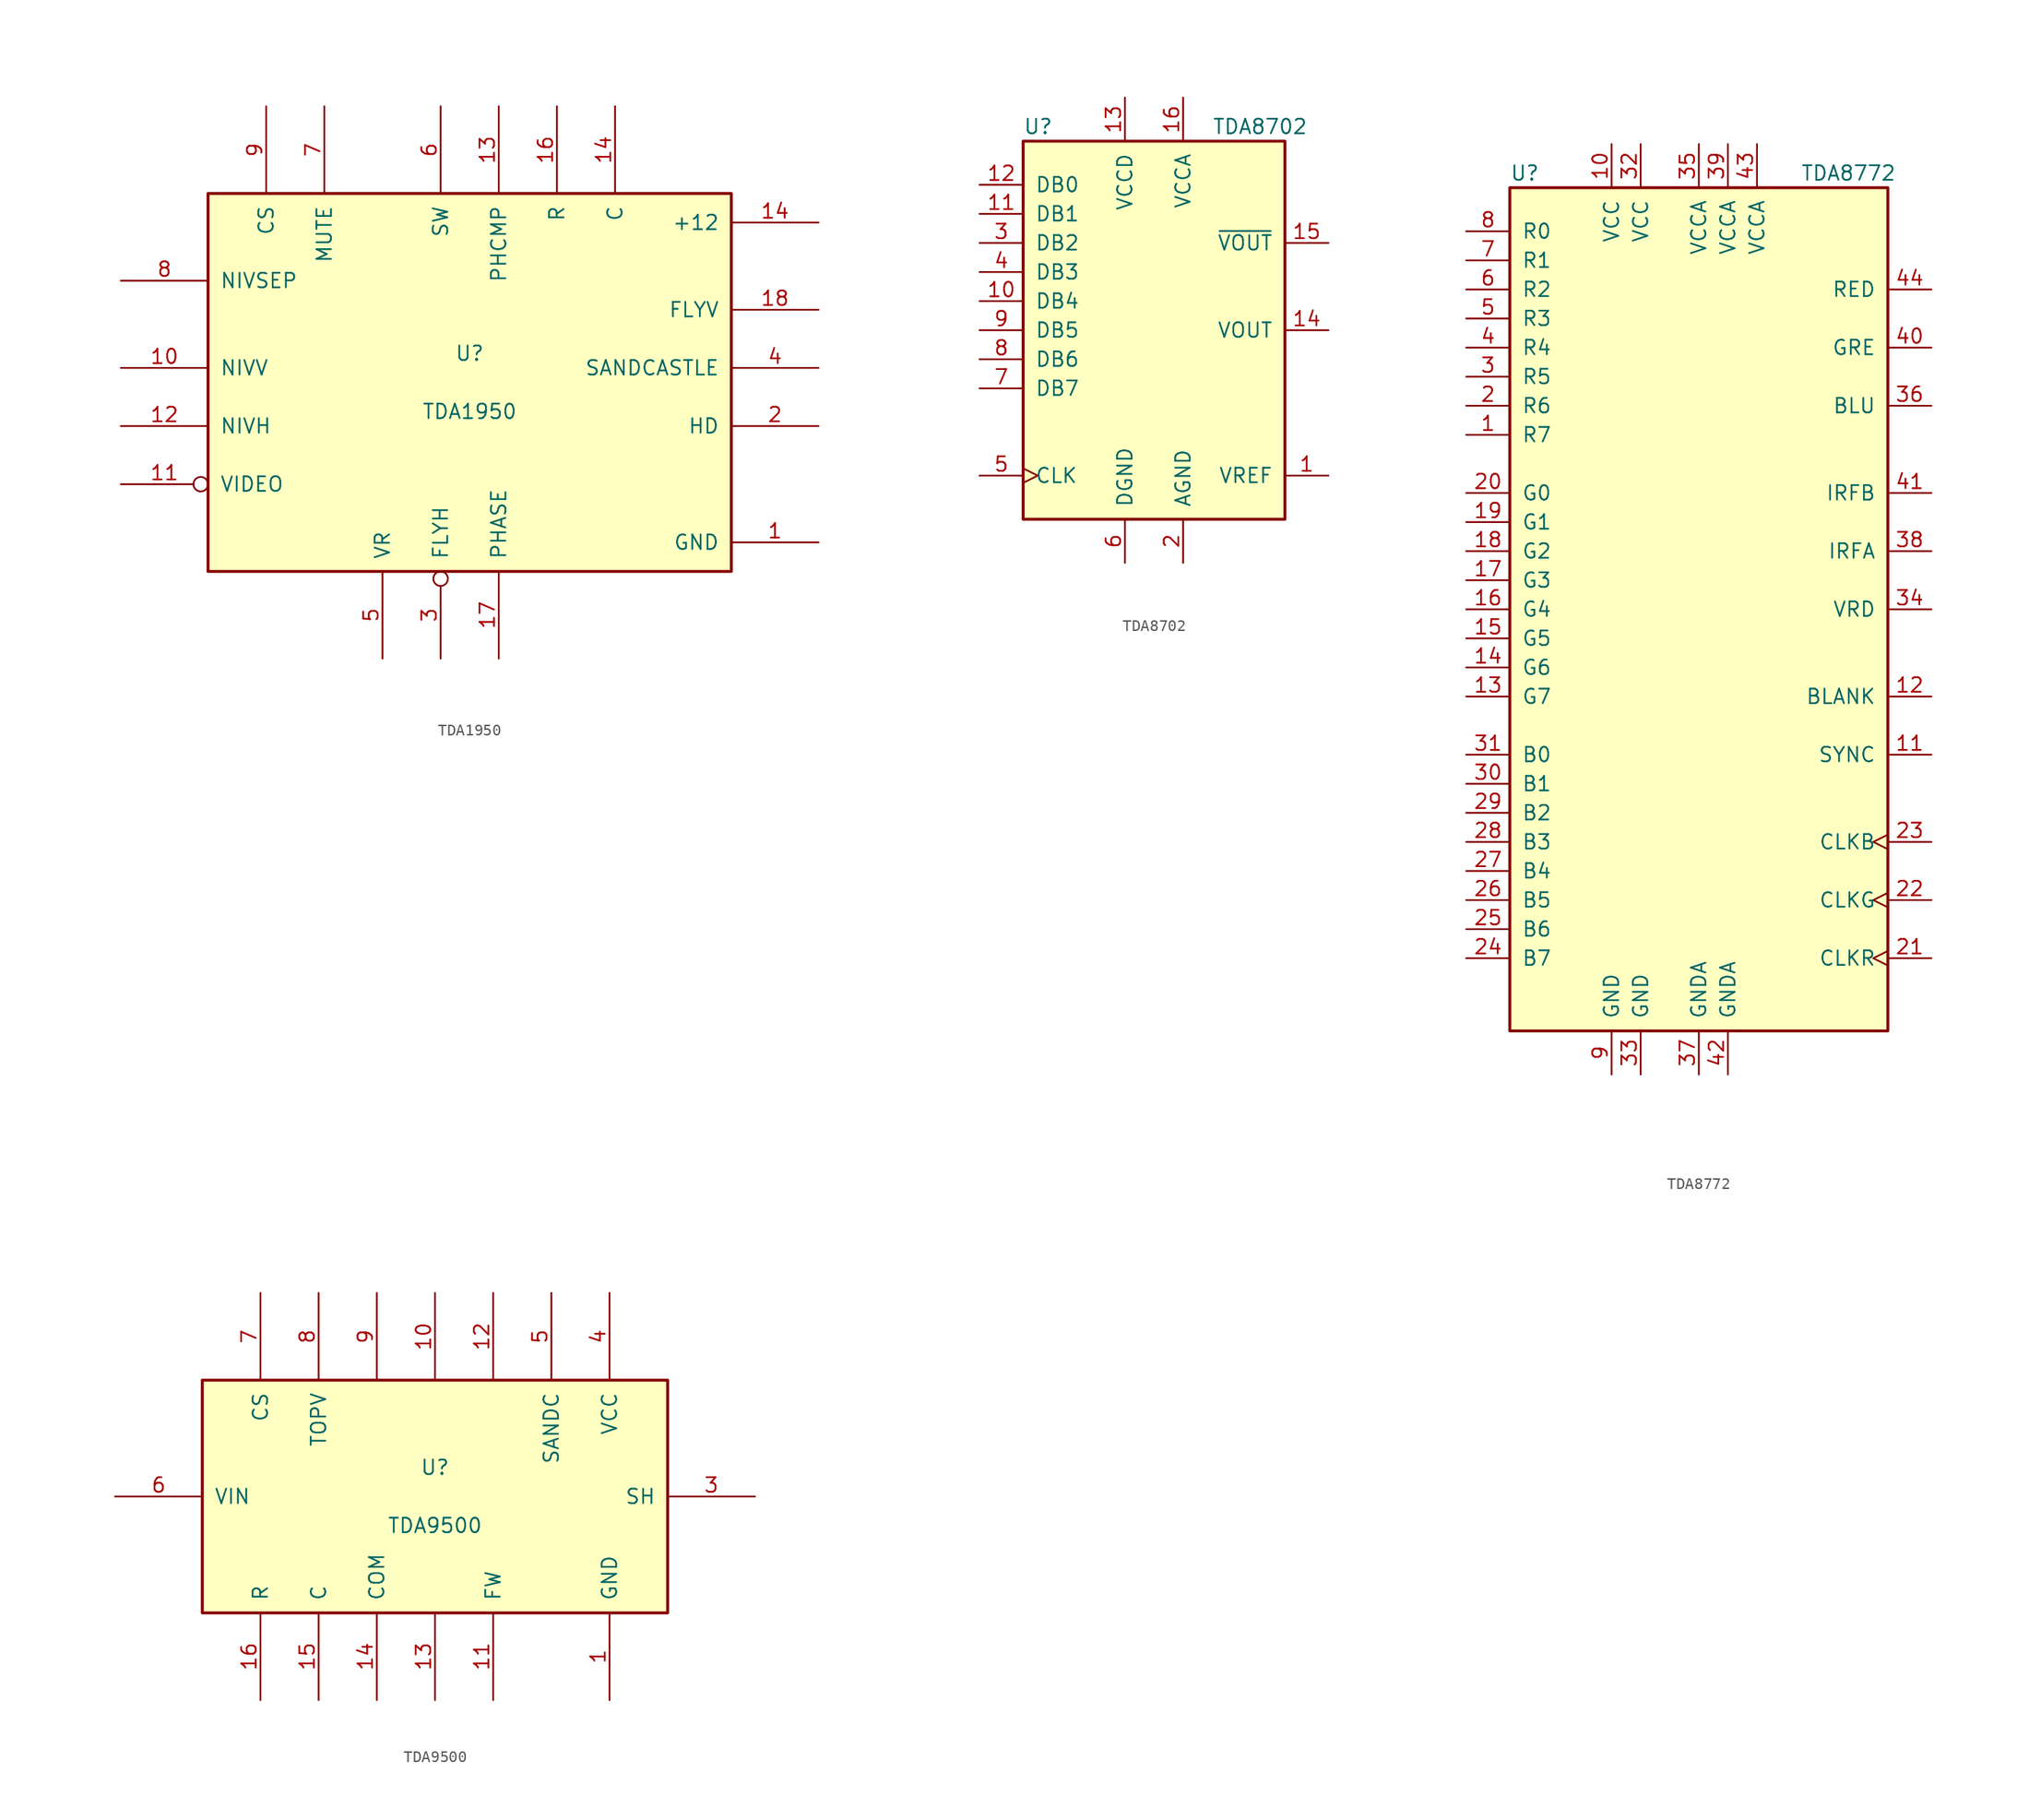
<source format=kicad_sym>
(kicad_symbol_lib
  (version 20201005)
  (generator kicad_symbol_editor)
  (symbol "TDA1950"
    (pin_names
      (offset 1.016))
    (property "Reference" "U"
      (at 0 2.54 0)
      (effects (font (size 1.27 1.27))))
    (property "Value" "TDA1950"
      (at 0 -2.54 0)
      (effects (font (size 1.27 1.27))))
    (symbol "TDA1950_0_1"
      (rectangle (start -22.86 -16.51) (end 22.86 16.51) (stroke (width 0.254)) (fill (type background))))
    (symbol "TDA1950_1_1"
      (pin input line (at 30.48 -13.97 180) (length 7.62) (name "GND" (effects (font (size 1.27 1.27)))) (number "1" (effects (font (size 1.27 1.27)))))
      (pin output line (at -30.48 1.27 0) (length 7.62) (name "NIVV" (effects (font (size 1.27 1.27)))) (number "10" (effects (font (size 1.27 1.27)))))
      (pin input inverted (at -30.48 -8.89 0) (length 7.62) (name "VIDEO" (effects (font (size 1.27 1.27)))) (number "11" (effects (font (size 1.27 1.27)))))
      (pin output line (at -30.48 -3.81 0) (length 7.62) (name "NIVH" (effects (font (size 1.27 1.27)))) (number "12" (effects (font (size 1.27 1.27)))))
      (pin output line (at 2.54 24.13 270) (length 7.62) (name "PHCMP" (effects (font (size 1.27 1.27)))) (number "13" (effects (font (size 1.27 1.27)))))
      (pin input line (at 30.48 13.97 180) (length 7.62) (name "+12" (effects (font (size 1.27 1.27)))) (number "14" (effects (font (size 1.27 1.27)))))
      (pin output line (at 12.7 24.13 270) (length 7.62) (name "C" (effects (font (size 1.27 1.27)))) (number "14" (effects (font (size 1.27 1.27)))))
      (pin output line (at 7.62 24.13 270) (length 7.62) (name "R" (effects (font (size 1.27 1.27)))) (number "16" (effects (font (size 1.27 1.27)))))
      (pin input line (at 2.54 -24.13 90) (length 7.62) (name "PHASE" (effects (font (size 1.27 1.27)))) (number "17" (effects (font (size 1.27 1.27)))))
      (pin input line (at 30.48 6.35 180) (length 7.62) (name "FLYV" (effects (font (size 1.27 1.27)))) (number "18" (effects (font (size 1.27 1.27)))))
      (pin output line (at 30.48 -3.81 180) (length 7.62) (name "HD" (effects (font (size 1.27 1.27)))) (number "2" (effects (font (size 1.27 1.27)))))
      (pin input inverted (at -2.54 -24.13 90) (length 7.62) (name "FLYH" (effects (font (size 1.27 1.27)))) (number "3" (effects (font (size 1.27 1.27)))))
      (pin output line (at 30.48 1.27 180) (length 7.62) (name "SANDCASTLE" (effects (font (size 1.27 1.27)))) (number "4" (effects (font (size 1.27 1.27)))))
      (pin input line (at -7.62 -24.13 90) (length 7.62) (name "VR" (effects (font (size 1.27 1.27)))) (number "5" (effects (font (size 1.27 1.27)))))
      (pin output line (at -2.54 24.13 270) (length 7.62) (name "SW" (effects (font (size 1.27 1.27)))) (number "6" (effects (font (size 1.27 1.27)))))
      (pin output line (at -12.7 24.13 270) (length 7.62) (name "MUTE" (effects (font (size 1.27 1.27)))) (number "7" (effects (font (size 1.27 1.27)))))
      (pin input line (at -30.48 8.89 0) (length 7.62) (name "NIVSEP" (effects (font (size 1.27 1.27)))) (number "8" (effects (font (size 1.27 1.27)))))
      (pin output line (at -17.78 24.13 270) (length 7.62) (name "CS" (effects (font (size 1.27 1.27)))) (number "9" (effects (font (size 1.27 1.27)))))))
  (symbol "TDA8702"
    (pin_names
      (offset 1.016))
    (property "Reference" "U"
      (at -11.43 17.78 0)
      (effects (font (size 1.27 1.27)) (justify left)))
    (property "Value" "TDA8702"
      (at 5.08 17.78 0)
      (effects (font (size 1.27 1.27)) (justify left)))
    (symbol "TDA8702_0_1"
      (rectangle (start -11.43 16.51) (end 11.43 -16.51) (stroke (width 0.254)) (fill (type background))))
    (symbol "TDA8702_1_1"
      (pin bidirectional line (at 15.24 -12.7 180) (length 3.81) (name "VREF" (effects (font (size 1.27 1.27)))) (number "1" (effects (font (size 1.27 1.27)))))
      (pin input line (at -15.24 2.54 0) (length 3.81) (name "DB4" (effects (font (size 1.27 1.27)))) (number "10" (effects (font (size 1.27 1.27)))))
      (pin input line (at -15.24 10.16 0) (length 3.81) (name "DB1" (effects (font (size 1.27 1.27)))) (number "11" (effects (font (size 1.27 1.27)))))
      (pin input line (at -15.24 12.7 0) (length 3.81) (name "DB0" (effects (font (size 1.27 1.27)))) (number "12" (effects (font (size 1.27 1.27)))))
      (pin power_in line (at -2.54 20.32 270) (length 3.81) (name "VCCD" (effects (font (size 1.27 1.27)))) (number "13" (effects (font (size 1.27 1.27)))))
      (pin output line (at 15.24 0 180) (length 3.81) (name "VOUT" (effects (font (size 1.27 1.27)))) (number "14" (effects (font (size 1.27 1.27)))))
      (pin output line (at 15.24 7.62 180) (length 3.81) (name "~VOUT~" (effects (font (size 1.27 1.27)))) (number "15" (effects (font (size 1.27 1.27)))))
      (pin power_in line (at 2.54 20.32 270) (length 3.81) (name "VCCA" (effects (font (size 1.27 1.27)))) (number "16" (effects (font (size 1.27 1.27)))))
      (pin power_in line (at 2.54 -20.32 90) (length 3.81) (name "AGND" (effects (font (size 1.27 1.27)))) (number "2" (effects (font (size 1.27 1.27)))))
      (pin input line (at -15.24 7.62 0) (length 3.81) (name "DB2" (effects (font (size 1.27 1.27)))) (number "3" (effects (font (size 1.27 1.27)))))
      (pin input line (at -15.24 5.08 0) (length 3.81) (name "DB3" (effects (font (size 1.27 1.27)))) (number "4" (effects (font (size 1.27 1.27)))))
      (pin input clock (at -15.24 -12.7 0) (length 3.81) (name "CLK" (effects (font (size 1.27 1.27)))) (number "5" (effects (font (size 1.27 1.27)))))
      (pin power_in line (at -2.54 -20.32 90) (length 3.81) (name "DGND" (effects (font (size 1.27 1.27)))) (number "6" (effects (font (size 1.27 1.27)))))
      (pin input line (at -15.24 -5.08 0) (length 3.81) (name "DB7" (effects (font (size 1.27 1.27)))) (number "7" (effects (font (size 1.27 1.27)))))
      (pin input line (at -15.24 -2.54 0) (length 3.81) (name "DB6" (effects (font (size 1.27 1.27)))) (number "8" (effects (font (size 1.27 1.27)))))
      (pin input line (at -15.24 0 0) (length 3.81) (name "DB5" (effects (font (size 1.27 1.27)))) (number "9" (effects (font (size 1.27 1.27)))))))
  (symbol "TDA8772"
    (pin_names
      (offset 1.016))
    (property "Reference" "U"
      (at -16.51 38.1 0)
      (effects (font (size 1.27 1.27)) (justify left)))
    (property "Value" "TDA8772"
      (at 8.89 38.1 0)
      (effects (font (size 1.27 1.27)) (justify left)))
    (symbol "TDA8772_0_1"
      (rectangle (start -16.51 -36.83) (end 16.51 36.83) (stroke (width 0.254)) (fill (type background))))
    (symbol "TDA8772_1_1"
      (pin input line (at -20.32 15.24 0) (length 3.81) (name "R7" (effects (font (size 1.27 1.27)))) (number "1" (effects (font (size 1.27 1.27)))))
      (pin power_in line (at -7.62 40.64 270) (length 3.81) (name "VCC" (effects (font (size 1.27 1.27)))) (number "10" (effects (font (size 1.27 1.27)))))
      (pin input line (at 20.32 -12.7 180) (length 3.81) (name "SYNC" (effects (font (size 1.27 1.27)))) (number "11" (effects (font (size 1.27 1.27)))))
      (pin input line (at 20.32 -7.62 180) (length 3.81) (name "BLANK" (effects (font (size 1.27 1.27)))) (number "12" (effects (font (size 1.27 1.27)))))
      (pin input line (at -20.32 -7.62 0) (length 3.81) (name "G7" (effects (font (size 1.27 1.27)))) (number "13" (effects (font (size 1.27 1.27)))))
      (pin input line (at -20.32 -5.08 0) (length 3.81) (name "G6" (effects (font (size 1.27 1.27)))) (number "14" (effects (font (size 1.27 1.27)))))
      (pin input line (at -20.32 -2.54 0) (length 3.81) (name "G5" (effects (font (size 1.27 1.27)))) (number "15" (effects (font (size 1.27 1.27)))))
      (pin input line (at -20.32 0 0) (length 3.81) (name "G4" (effects (font (size 1.27 1.27)))) (number "16" (effects (font (size 1.27 1.27)))))
      (pin input line (at -20.32 2.54 0) (length 3.81) (name "G3" (effects (font (size 1.27 1.27)))) (number "17" (effects (font (size 1.27 1.27)))))
      (pin input line (at -20.32 5.08 0) (length 3.81) (name "G2" (effects (font (size 1.27 1.27)))) (number "18" (effects (font (size 1.27 1.27)))))
      (pin input line (at -20.32 7.62 0) (length 3.81) (name "G1" (effects (font (size 1.27 1.27)))) (number "19" (effects (font (size 1.27 1.27)))))
      (pin input line (at -20.32 17.78 0) (length 3.81) (name "R6" (effects (font (size 1.27 1.27)))) (number "2" (effects (font (size 1.27 1.27)))))
      (pin input line (at -20.32 10.16 0) (length 3.81) (name "G0" (effects (font (size 1.27 1.27)))) (number "20" (effects (font (size 1.27 1.27)))))
      (pin input clock (at 20.32 -30.48 180) (length 3.81) (name "CLKR" (effects (font (size 1.27 1.27)))) (number "21" (effects (font (size 1.27 1.27)))))
      (pin input clock (at 20.32 -25.4 180) (length 3.81) (name "CLKG" (effects (font (size 1.27 1.27)))) (number "22" (effects (font (size 1.27 1.27)))))
      (pin input clock (at 20.32 -20.32 180) (length 3.81) (name "CLKB" (effects (font (size 1.27 1.27)))) (number "23" (effects (font (size 1.27 1.27)))))
      (pin input line (at -20.32 -30.48 0) (length 3.81) (name "B7" (effects (font (size 1.27 1.27)))) (number "24" (effects (font (size 1.27 1.27)))))
      (pin input line (at -20.32 -27.94 0) (length 3.81) (name "B6" (effects (font (size 1.27 1.27)))) (number "25" (effects (font (size 1.27 1.27)))))
      (pin input line (at -20.32 -25.4 0) (length 3.81) (name "B5" (effects (font (size 1.27 1.27)))) (number "26" (effects (font (size 1.27 1.27)))))
      (pin input line (at -20.32 -22.86 0) (length 3.81) (name "B4" (effects (font (size 1.27 1.27)))) (number "27" (effects (font (size 1.27 1.27)))))
      (pin input line (at -20.32 -20.32 0) (length 3.81) (name "B3" (effects (font (size 1.27 1.27)))) (number "28" (effects (font (size 1.27 1.27)))))
      (pin input line (at -20.32 -17.78 0) (length 3.81) (name "B2" (effects (font (size 1.27 1.27)))) (number "29" (effects (font (size 1.27 1.27)))))
      (pin input line (at -20.32 20.32 0) (length 3.81) (name "R5" (effects (font (size 1.27 1.27)))) (number "3" (effects (font (size 1.27 1.27)))))
      (pin input line (at -20.32 -15.24 0) (length 3.81) (name "B1" (effects (font (size 1.27 1.27)))) (number "30" (effects (font (size 1.27 1.27)))))
      (pin input line (at -20.32 -12.7 0) (length 3.81) (name "B0" (effects (font (size 1.27 1.27)))) (number "31" (effects (font (size 1.27 1.27)))))
      (pin power_in line (at -5.08 40.64 270) (length 3.81) (name "VCC" (effects (font (size 1.27 1.27)))) (number "32" (effects (font (size 1.27 1.27)))))
      (pin power_in line (at -5.08 -40.64 90) (length 3.81) (name "GND" (effects (font (size 1.27 1.27)))) (number "33" (effects (font (size 1.27 1.27)))))
      (pin input line (at 20.32 0 180) (length 3.81) (name "VRD" (effects (font (size 1.27 1.27)))) (number "34" (effects (font (size 1.27 1.27)))))
      (pin power_in line (at 0 40.64 270) (length 3.81) (name "VCCA" (effects (font (size 1.27 1.27)))) (number "35" (effects (font (size 1.27 1.27)))))
      (pin output line (at 20.32 17.78 180) (length 3.81) (name "BLU" (effects (font (size 1.27 1.27)))) (number "36" (effects (font (size 1.27 1.27)))))
      (pin power_in line (at 0 -40.64 90) (length 3.81) (name "GNDA" (effects (font (size 1.27 1.27)))) (number "37" (effects (font (size 1.27 1.27)))))
      (pin passive line (at 20.32 5.08 180) (length 3.81) (name "IRFA" (effects (font (size 1.27 1.27)))) (number "38" (effects (font (size 1.27 1.27)))))
      (pin power_in line (at 2.54 40.64 270) (length 3.81) (name "VCCA" (effects (font (size 1.27 1.27)))) (number "39" (effects (font (size 1.27 1.27)))))
      (pin input line (at -20.32 22.86 0) (length 3.81) (name "R4" (effects (font (size 1.27 1.27)))) (number "4" (effects (font (size 1.27 1.27)))))
      (pin output line (at 20.32 22.86 180) (length 3.81) (name "GRE" (effects (font (size 1.27 1.27)))) (number "40" (effects (font (size 1.27 1.27)))))
      (pin passive line (at 20.32 10.16 180) (length 3.81) (name "IRFB" (effects (font (size 1.27 1.27)))) (number "41" (effects (font (size 1.27 1.27)))))
      (pin power_in line (at 2.54 -40.64 90) (length 3.81) (name "GNDA" (effects (font (size 1.27 1.27)))) (number "42" (effects (font (size 1.27 1.27)))))
      (pin power_in line (at 5.08 40.64 270) (length 3.81) (name "VCCA" (effects (font (size 1.27 1.27)))) (number "43" (effects (font (size 1.27 1.27)))))
      (pin output line (at 20.32 27.94 180) (length 3.81) (name "RED" (effects (font (size 1.27 1.27)))) (number "44" (effects (font (size 1.27 1.27)))))
      (pin input line (at -20.32 25.4 0) (length 3.81) (name "R3" (effects (font (size 1.27 1.27)))) (number "5" (effects (font (size 1.27 1.27)))))
      (pin input line (at -20.32 27.94 0) (length 3.81) (name "R2" (effects (font (size 1.27 1.27)))) (number "6" (effects (font (size 1.27 1.27)))))
      (pin input line (at -20.32 30.48 0) (length 3.81) (name "R1" (effects (font (size 1.27 1.27)))) (number "7" (effects (font (size 1.27 1.27)))))
      (pin input line (at -20.32 33.02 0) (length 3.81) (name "R0" (effects (font (size 1.27 1.27)))) (number "8" (effects (font (size 1.27 1.27)))))
      (pin power_in line (at -7.62 -40.64 90) (length 3.81) (name "GND" (effects (font (size 1.27 1.27)))) (number "9" (effects (font (size 1.27 1.27)))))))
  (symbol "TDA9500"
    (pin_names
      (offset 1.016))
    (property "Reference" "U"
      (at 0 2.54 0)
      (effects (font (size 1.27 1.27))))
    (property "Value" "TDA9500"
      (at 0 -2.54 0)
      (effects (font (size 1.27 1.27))))
    (symbol "TDA9500_0_1"
      (rectangle (start -20.32 -10.16) (end 20.32 10.16) (stroke (width 0.254)) (fill (type background))))
    (symbol "TDA9500_1_1"
      (pin power_in line (at 15.24 -17.78 90) (length 7.62) (name "GND" (effects (font (size 1.27 1.27)))) (number "1" (effects (font (size 1.27 1.27)))))
      (pin passive line (at 0 17.78 270) (length 7.62) (name "~" (effects (font (size 1.27 1.27)))) (number "10" (effects (font (size 1.27 1.27)))))
      (pin input line (at 5.08 -17.78 90) (length 7.62) (name "FW" (effects (font (size 1.27 1.27)))) (number "11" (effects (font (size 1.27 1.27)))))
      (pin passive line (at 5.08 17.78 270) (length 7.62) (name "~" (effects (font (size 1.27 1.27)))) (number "12" (effects (font (size 1.27 1.27)))))
      (pin passive line (at 0 -17.78 90) (length 7.62) (name "~" (effects (font (size 1.27 1.27)))) (number "13" (effects (font (size 1.27 1.27)))))
      (pin passive line (at -5.08 -17.78 90) (length 7.62) (name "COM" (effects (font (size 1.27 1.27)))) (number "14" (effects (font (size 1.27 1.27)))))
      (pin input line (at -10.16 -17.78 90) (length 7.62) (name "C" (effects (font (size 1.27 1.27)))) (number "15" (effects (font (size 1.27 1.27)))))
      (pin input line (at -15.24 -17.78 90) (length 7.62) (name "R" (effects (font (size 1.27 1.27)))) (number "16" (effects (font (size 1.27 1.27)))))
      (pin output line (at 27.94 0 180) (length 7.62) (name "SH" (effects (font (size 1.27 1.27)))) (number "3" (effects (font (size 1.27 1.27)))))
      (pin power_in line (at 15.24 17.78 270) (length 7.62) (name "VCC" (effects (font (size 1.27 1.27)))) (number "4" (effects (font (size 1.27 1.27)))))
      (pin output line (at 10.16 17.78 270) (length 7.62) (name "SANDC" (effects (font (size 1.27 1.27)))) (number "5" (effects (font (size 1.27 1.27)))))
      (pin power_in line (at -27.94 0 0) (length 7.62) (name "VIN" (effects (font (size 1.27 1.27)))) (number "6" (effects (font (size 1.27 1.27)))))
      (pin output line (at -15.24 17.78 270) (length 7.62) (name "CS" (effects (font (size 1.27 1.27)))) (number "7" (effects (font (size 1.27 1.27)))))
      (pin output line (at -10.16 17.78 270) (length 7.62) (name "TOPV" (effects (font (size 1.27 1.27)))) (number "8" (effects (font (size 1.27 1.27)))))
      (pin passive line (at -5.08 17.78 270) (length 7.62) (name "~" (effects (font (size 1.27 1.27)))) (number "9" (effects (font (size 1.27 1.27))))))))
</source>
